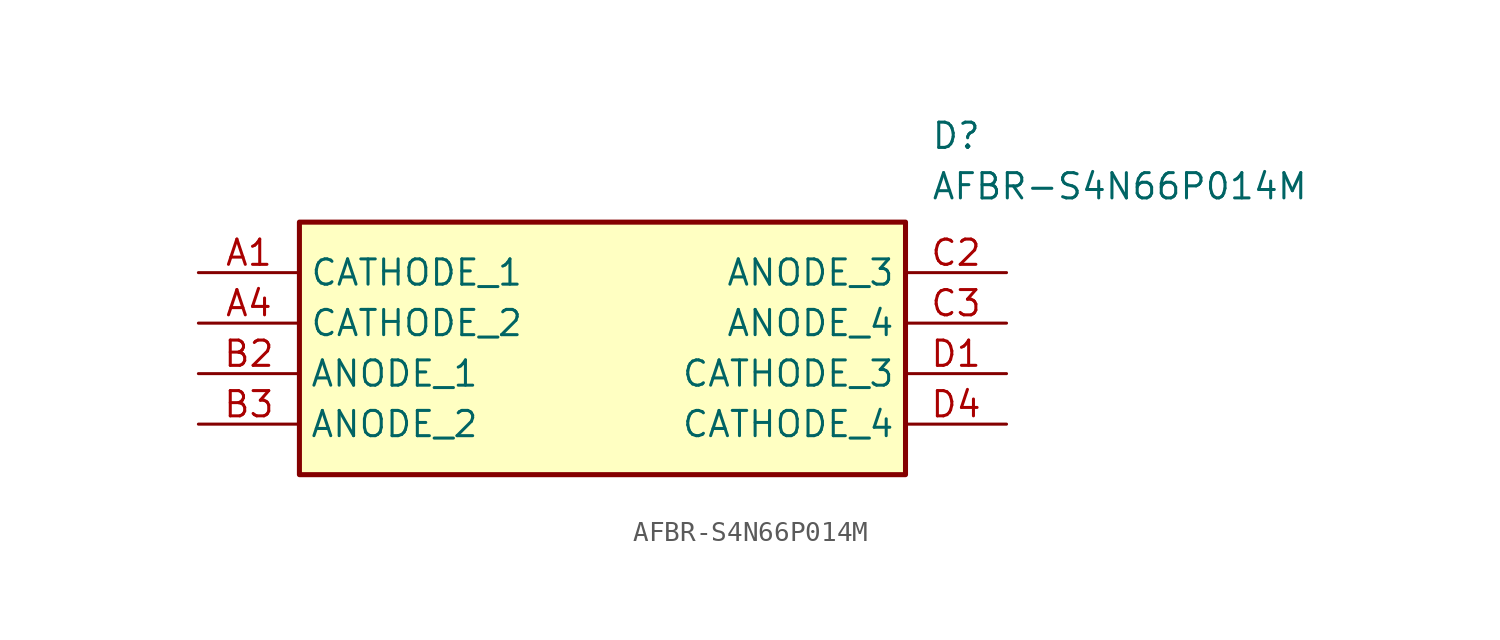
<source format=kicad_sym>
(kicad_symbol_lib
  (version 20211014)
  (generator SamacSys_ECAD_Model)
  (symbol "AFBR-S4N66P014M"
    (property "Reference" "D"
      (at 36.83 7.62 0)
      (effects (font (size 1.27 1.27)) (justify left top)))
    (property "Value" "AFBR-S4N66P014M"
      (at 36.83 5.08 0)
      (effects (font (size 1.27 1.27)) (justify left top)))
    (rectangle
      (start 5.08 2.54)
      (end 35.56 -10.16)
      (stroke (width 0.254) (type default))
      (fill (type background)))
    (pin passive line
      (at 0 0 0)
      (length 5.08)
      (name "CATHODE_1" (effects (font (size 1.27 1.27))))
      (number "A1" (effects (font (size 1.27 1.27)))))
    (pin passive line
      (at 0 -2.54 0)
      (length 5.08)
      (name "CATHODE_2" (effects (font (size 1.27 1.27))))
      (number "A4" (effects (font (size 1.27 1.27)))))
    (pin passive line
      (at 0 -5.08 0)
      (length 5.08)
      (name "ANODE_1" (effects (font (size 1.27 1.27))))
      (number "B2" (effects (font (size 1.27 1.27)))))
    (pin passive line
      (at 0 -7.62 0)
      (length 5.08)
      (name "ANODE_2" (effects (font (size 1.27 1.27))))
      (number "B3" (effects (font (size 1.27 1.27)))))
    (pin passive line
      (at 40.64 0 180)
      (length 5.08)
      (name "ANODE_3" (effects (font (size 1.27 1.27))))
      (number "C2" (effects (font (size 1.27 1.27)))))
    (pin passive line
      (at 40.64 -2.54 180)
      (length 5.08)
      (name "ANODE_4" (effects (font (size 1.27 1.27))))
      (number "C3" (effects (font (size 1.27 1.27)))))
    (pin passive line
      (at 40.64 -5.08 180)
      (length 5.08)
      (name "CATHODE_3" (effects (font (size 1.27 1.27))))
      (number "D1" (effects (font (size 1.27 1.27)))))
    (pin passive line
      (at 40.64 -7.62 180)
      (length 5.08)
      (name "CATHODE_4" (effects (font (size 1.27 1.27))))
      (number "D4" (effects (font (size 1.27 1.27)))))))
</source>
